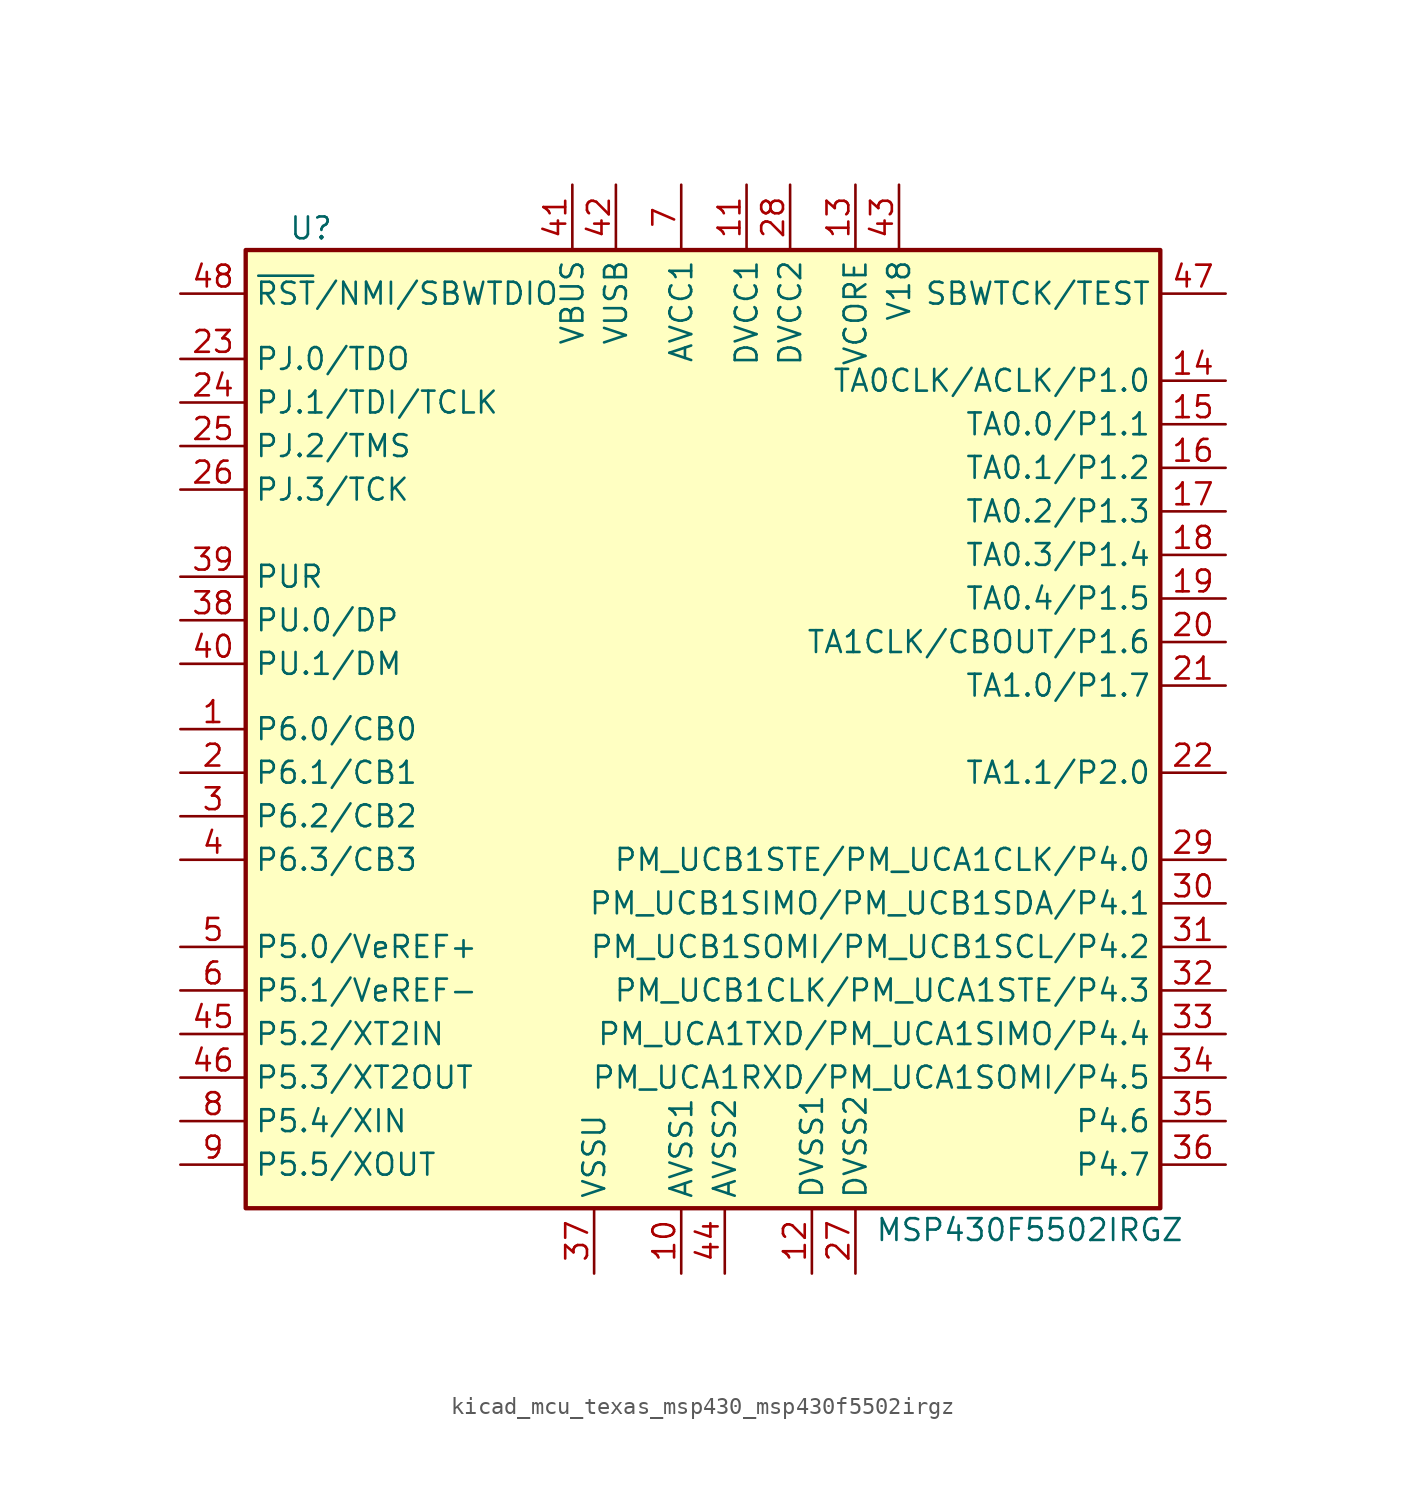
<source format=kicad_sym>
(kicad_symbol_lib
  (version 20220914)
  (generator kicad_symbol_editor)
  (symbol "kicad_mcu_texas_msp430_msp430f5502irgz"
    (property "Reference" "U"
      (at -22.86 29.21 0)
      (effects (font (size 1.27 1.27))))
    (property "Value" "MSP430F5502IRGZ"
      (at 19.05 -29.21 0)
      (effects (font (size 1.27 1.27))))
    (symbol "kicad_mcu_texas_msp430_msp430f5502irgz_0_1"
      (rectangle (start -26.67 27.94) (end 26.67 -27.94) (stroke (width 0.254) (type default)) (fill (type background))))
    (symbol "kicad_mcu_texas_msp430_msp430f5502irgz_1_1"
      (pin bidirectional line (at -30.48 0 0) (length 3.81) (name "P6.0/CB0" (effects (font (size 1.27 1.27)))) (number "1" (effects (font (size 1.27 1.27)))))
      (pin power_in line (at -1.27 -31.75 90) (length 3.81) (name "AVSS1" (effects (font (size 1.27 1.27)))) (number "10" (effects (font (size 1.27 1.27)))))
      (pin power_in line (at 2.54 31.75 270) (length 3.81) (name "DVCC1" (effects (font (size 1.27 1.27)))) (number "11" (effects (font (size 1.27 1.27)))))
      (pin power_in line (at 6.35 -31.75 90) (length 3.81) (name "DVSS1" (effects (font (size 1.27 1.27)))) (number "12" (effects (font (size 1.27 1.27)))))
      (pin passive line (at 8.89 31.75 270) (length 3.81) (name "VCORE" (effects (font (size 1.27 1.27)))) (number "13" (effects (font (size 1.27 1.27)))))
      (pin bidirectional line (at 30.48 20.32 180) (length 3.81) (name "TA0CLK/ACLK/P1.0" (effects (font (size 1.27 1.27)))) (number "14" (effects (font (size 1.27 1.27)))))
      (pin bidirectional line (at 30.48 17.78 180) (length 3.81) (name "TA0.0/P1.1" (effects (font (size 1.27 1.27)))) (number "15" (effects (font (size 1.27 1.27)))))
      (pin bidirectional line (at 30.48 15.24 180) (length 3.81) (name "TA0.1/P1.2" (effects (font (size 1.27 1.27)))) (number "16" (effects (font (size 1.27 1.27)))))
      (pin bidirectional line (at 30.48 12.7 180) (length 3.81) (name "TA0.2/P1.3" (effects (font (size 1.27 1.27)))) (number "17" (effects (font (size 1.27 1.27)))))
      (pin bidirectional line (at 30.48 10.16 180) (length 3.81) (name "TA0.3/P1.4" (effects (font (size 1.27 1.27)))) (number "18" (effects (font (size 1.27 1.27)))))
      (pin bidirectional line (at 30.48 7.62 180) (length 3.81) (name "TA0.4/P1.5" (effects (font (size 1.27 1.27)))) (number "19" (effects (font (size 1.27 1.27)))))
      (pin bidirectional line (at -30.48 -2.54 0) (length 3.81) (name "P6.1/CB1" (effects (font (size 1.27 1.27)))) (number "2" (effects (font (size 1.27 1.27)))))
      (pin bidirectional line (at 30.48 5.08 180) (length 3.81) (name "TA1CLK/CBOUT/P1.6" (effects (font (size 1.27 1.27)))) (number "20" (effects (font (size 1.27 1.27)))))
      (pin bidirectional line (at 30.48 2.54 180) (length 3.81) (name "TA1.0/P1.7" (effects (font (size 1.27 1.27)))) (number "21" (effects (font (size 1.27 1.27)))))
      (pin bidirectional line (at 30.48 -2.54 180) (length 3.81) (name "TA1.1/P2.0" (effects (font (size 1.27 1.27)))) (number "22" (effects (font (size 1.27 1.27)))))
      (pin bidirectional line (at -30.48 21.59 0) (length 3.81) (name "PJ.0/TDO" (effects (font (size 1.27 1.27)))) (number "23" (effects (font (size 1.27 1.27)))))
      (pin bidirectional line (at -30.48 19.05 0) (length 3.81) (name "PJ.1/TDI/TCLK" (effects (font (size 1.27 1.27)))) (number "24" (effects (font (size 1.27 1.27)))))
      (pin bidirectional line (at -30.48 16.51 0) (length 3.81) (name "PJ.2/TMS" (effects (font (size 1.27 1.27)))) (number "25" (effects (font (size 1.27 1.27)))))
      (pin bidirectional line (at -30.48 13.97 0) (length 3.81) (name "PJ.3/TCK" (effects (font (size 1.27 1.27)))) (number "26" (effects (font (size 1.27 1.27)))))
      (pin power_in line (at 8.89 -31.75 90) (length 3.81) (name "DVSS2" (effects (font (size 1.27 1.27)))) (number "27" (effects (font (size 1.27 1.27)))))
      (pin power_in line (at 5.08 31.75 270) (length 3.81) (name "DVCC2" (effects (font (size 1.27 1.27)))) (number "28" (effects (font (size 1.27 1.27)))))
      (pin bidirectional line (at 30.48 -7.62 180) (length 3.81) (name "PM_UCB1STE/PM_UCA1CLK/P4.0" (effects (font (size 1.27 1.27)))) (number "29" (effects (font (size 1.27 1.27)))))
      (pin bidirectional line (at -30.48 -5.08 0) (length 3.81) (name "P6.2/CB2" (effects (font (size 1.27 1.27)))) (number "3" (effects (font (size 1.27 1.27)))))
      (pin bidirectional line (at 30.48 -10.16 180) (length 3.81) (name "PM_UCB1SIMO/PM_UCB1SDA/P4.1" (effects (font (size 1.27 1.27)))) (number "30" (effects (font (size 1.27 1.27)))))
      (pin bidirectional line (at 30.48 -12.7 180) (length 3.81) (name "PM_UCB1SOMI/PM_UCB1SCL/P4.2" (effects (font (size 1.27 1.27)))) (number "31" (effects (font (size 1.27 1.27)))))
      (pin bidirectional line (at 30.48 -15.24 180) (length 3.81) (name "PM_UCB1CLK/PM_UCA1STE/P4.3" (effects (font (size 1.27 1.27)))) (number "32" (effects (font (size 1.27 1.27)))))
      (pin bidirectional line (at 30.48 -17.78 180) (length 3.81) (name "PM_UCA1TXD/PM_UCA1SIMO/P4.4" (effects (font (size 1.27 1.27)))) (number "33" (effects (font (size 1.27 1.27)))))
      (pin bidirectional line (at 30.48 -20.32 180) (length 3.81) (name "PM_UCA1RXD/PM_UCA1SOMI/P4.5" (effects (font (size 1.27 1.27)))) (number "34" (effects (font (size 1.27 1.27)))))
      (pin bidirectional line (at 30.48 -22.86 180) (length 3.81) (name "P4.6" (effects (font (size 1.27 1.27)))) (number "35" (effects (font (size 1.27 1.27)))))
      (pin bidirectional line (at 30.48 -25.4 180) (length 3.81) (name "P4.7" (effects (font (size 1.27 1.27)))) (number "36" (effects (font (size 1.27 1.27)))))
      (pin power_in line (at -6.35 -31.75 90) (length 3.81) (name "VSSU" (effects (font (size 1.27 1.27)))) (number "37" (effects (font (size 1.27 1.27)))))
      (pin bidirectional line (at -30.48 6.35 0) (length 3.81) (name "PU.0/DP" (effects (font (size 1.27 1.27)))) (number "38" (effects (font (size 1.27 1.27)))))
      (pin bidirectional line (at -30.48 8.89 0) (length 3.81) (name "PUR" (effects (font (size 1.27 1.27)))) (number "39" (effects (font (size 1.27 1.27)))))
      (pin bidirectional line (at -30.48 -7.62 0) (length 3.81) (name "P6.3/CB3" (effects (font (size 1.27 1.27)))) (number "4" (effects (font (size 1.27 1.27)))))
      (pin bidirectional line (at -30.48 3.81 0) (length 3.81) (name "PU.1/DM" (effects (font (size 1.27 1.27)))) (number "40" (effects (font (size 1.27 1.27)))))
      (pin power_in line (at -7.62 31.75 270) (length 3.81) (name "VBUS" (effects (font (size 1.27 1.27)))) (number "41" (effects (font (size 1.27 1.27)))))
      (pin power_out line (at -5.08 31.75 270) (length 3.81) (name "VUSB" (effects (font (size 1.27 1.27)))) (number "42" (effects (font (size 1.27 1.27)))))
      (pin passive line (at 11.43 31.75 270) (length 3.81) (name "V18" (effects (font (size 1.27 1.27)))) (number "43" (effects (font (size 1.27 1.27)))))
      (pin power_in line (at 1.27 -31.75 90) (length 3.81) (name "AVSS2" (effects (font (size 1.27 1.27)))) (number "44" (effects (font (size 1.27 1.27)))))
      (pin bidirectional line (at -30.48 -17.78 0) (length 3.81) (name "P5.2/XT2IN" (effects (font (size 1.27 1.27)))) (number "45" (effects (font (size 1.27 1.27)))))
      (pin bidirectional line (at -30.48 -20.32 0) (length 3.81) (name "P5.3/XT2OUT" (effects (font (size 1.27 1.27)))) (number "46" (effects (font (size 1.27 1.27)))))
      (pin input line (at 30.48 25.4 180) (length 3.81) (name "SBWTCK/TEST" (effects (font (size 1.27 1.27)))) (number "47" (effects (font (size 1.27 1.27)))))
      (pin input line (at -30.48 25.4 0) (length 3.81) (name "~{RST}/NMI/SBWTDIO" (effects (font (size 1.27 1.27)))) (number "48" (effects (font (size 1.27 1.27)))))
      (pin bidirectional line (at -30.48 -12.7 0) (length 3.81) (name "P5.0/VeREF+" (effects (font (size 1.27 1.27)))) (number "5" (effects (font (size 1.27 1.27)))))
      (pin bidirectional line (at -30.48 -15.24 0) (length 3.81) (name "P5.1/VeREF-" (effects (font (size 1.27 1.27)))) (number "6" (effects (font (size 1.27 1.27)))))
      (pin power_in line (at -1.27 31.75 270) (length 3.81) (name "AVCC1" (effects (font (size 1.27 1.27)))) (number "7" (effects (font (size 1.27 1.27)))))
      (pin bidirectional line (at -30.48 -22.86 0) (length 3.81) (name "P5.4/XIN" (effects (font (size 1.27 1.27)))) (number "8" (effects (font (size 1.27 1.27)))))
      (pin bidirectional line (at -30.48 -25.4 0) (length 3.81) (name "P5.5/XOUT" (effects (font (size 1.27 1.27)))) (number "9" (effects (font (size 1.27 1.27))))))))
</source>
